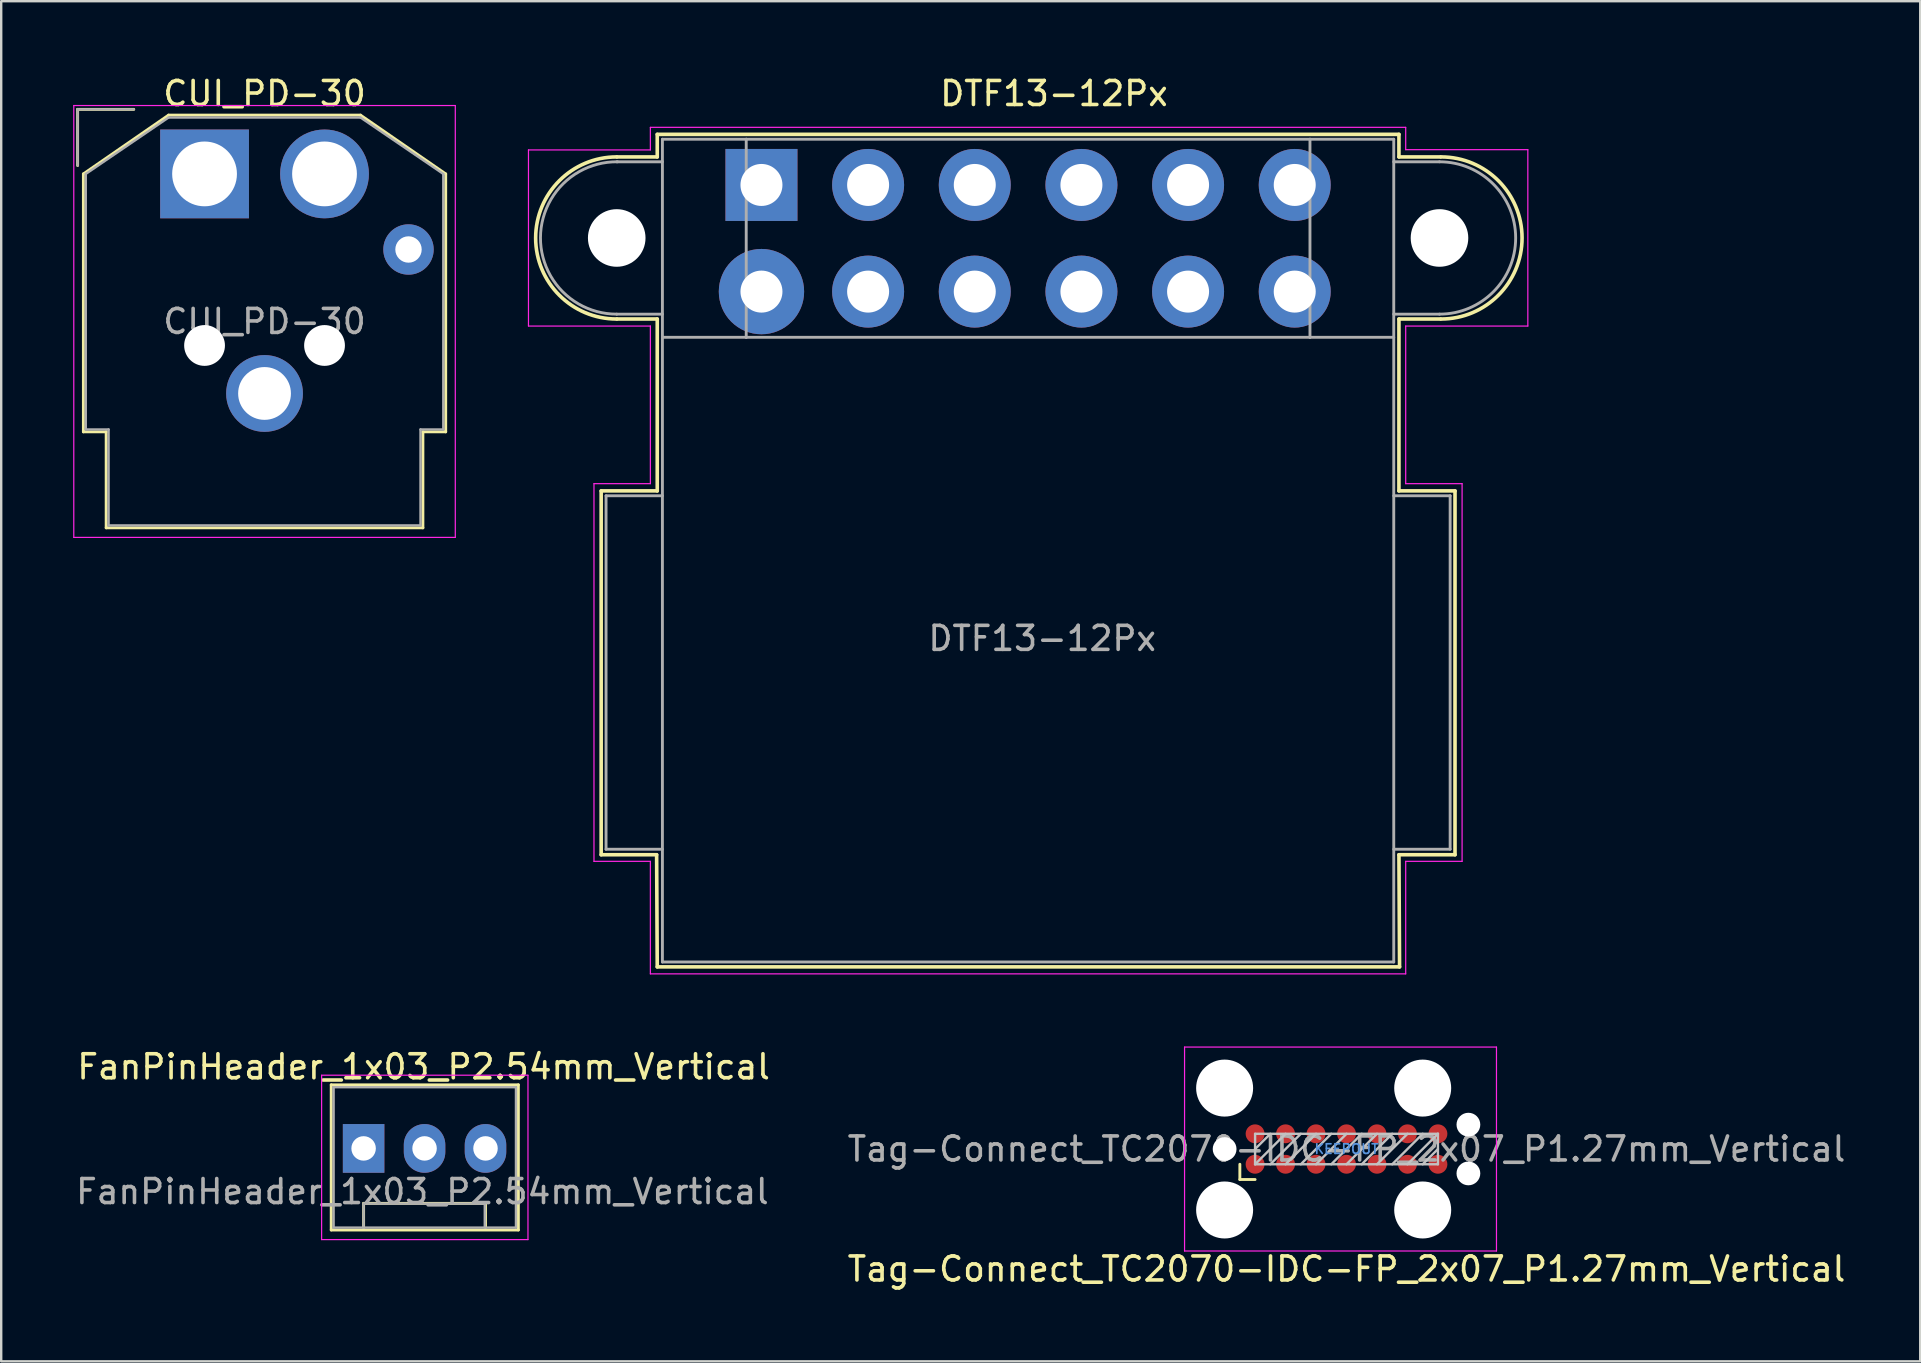
<source format=kicad_pcb>
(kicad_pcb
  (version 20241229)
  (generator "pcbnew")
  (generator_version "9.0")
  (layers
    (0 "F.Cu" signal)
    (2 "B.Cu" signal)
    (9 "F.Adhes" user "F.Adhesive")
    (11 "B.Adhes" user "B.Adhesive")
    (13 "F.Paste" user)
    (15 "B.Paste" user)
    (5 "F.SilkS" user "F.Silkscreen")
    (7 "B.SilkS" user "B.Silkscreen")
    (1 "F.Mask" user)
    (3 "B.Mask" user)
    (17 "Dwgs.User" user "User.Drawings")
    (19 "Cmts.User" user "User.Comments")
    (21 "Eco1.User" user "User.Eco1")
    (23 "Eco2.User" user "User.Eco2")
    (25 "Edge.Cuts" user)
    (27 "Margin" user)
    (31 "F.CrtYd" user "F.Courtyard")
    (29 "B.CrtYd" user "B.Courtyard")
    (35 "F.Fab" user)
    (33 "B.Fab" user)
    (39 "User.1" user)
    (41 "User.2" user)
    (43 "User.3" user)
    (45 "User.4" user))
  (footprint "FanPinHeader_1x03_P2.54mm_Vertical"
    (layer "F.Cu")
    (at 12.104 44.812)
    (property "Reference" "FanPinHeader_1x03_P2.54mm_Vertical" (at 2.5 -3.4 0) (layer "F.SilkS") (effects (font (size 1 1) (thickness 0.15))))
    (attr through_hole)
    (fp_line (start -1.35 -2.65) (end 6.45 -2.65) (stroke (width 0.12) (type solid)) (layer "F.SilkS"))
    (fp_line (start -1.35 3.4) (end -1.35 -2.65) (stroke (width 0.12) (type solid)) (layer "F.SilkS"))
    (fp_line (start 0 2.29) (end 5.08 2.29) (stroke (width 0.12) (type solid)) (layer "F.SilkS"))
    (fp_line (start 0 3.3) (end 0 2.29) (stroke (width 0.12) (type solid)) (layer "F.SilkS"))
    (fp_line (start 5.08 2.29) (end 5.08 3.3) (stroke (width 0.12) (type solid)) (layer "F.SilkS"))
    (fp_line (start 6.45 -2.65) (end 6.45 3.4) (stroke (width 0.12) (type solid)) (layer "F.SilkS"))
    (fp_line (start 6.45 3.4) (end -1.35 3.4) (stroke (width 0.12) (type solid)) (layer "F.SilkS"))
    (fp_line (start -1.75 3.8) (end -1.75 -3.05) (stroke (width 0.05) (type solid)) (layer "F.CrtYd"))
    (fp_line (start -1.75 3.8) (end 6.85 3.8) (stroke (width 0.05) (type solid)) (layer "F.CrtYd"))
    (fp_line (start 6.85 -3.05) (end -1.75 -3.05) (stroke (width 0.05) (type solid)) (layer "F.CrtYd"))
    (fp_line (start 6.85 -3.05) (end 6.85 3.8) (stroke (width 0.05) (type solid)) (layer "F.CrtYd"))
    (fp_line (start -1.25 -2.55) (end 6.35 -2.55) (stroke (width 0.1) (type solid)) (layer "F.Fab"))
    (fp_line (start -1.25 3.3) (end -1.25 -2.55) (stroke (width 0.1) (type solid)) (layer "F.Fab"))
    (fp_line (start 0 2.3) (end 0 3.3) (stroke (width 0.1) (type solid)) (layer "F.Fab"))
    (fp_line (start 5.05 2.3) (end 0 2.3) (stroke (width 0.1) (type solid)) (layer "F.Fab"))
    (fp_line (start 5.05 3.3) (end 5.05 2.3) (stroke (width 0.1) (type solid)) (layer "F.Fab"))
    (fp_line (start 6.35 -2.55) (end 6.35 3.3) (stroke (width 0.1) (type solid)) (layer "F.Fab"))
    (fp_line (start 6.35 3.3) (end -1.25 3.3) (stroke (width 0.1) (type solid)) (layer "F.Fab"))
    (fp_text user "${REFERENCE}" (at 2.45 1.8 0) (layer "F.Fab") (effects (font (size 1 1) (thickness 0.15))))
    (pad "1" thru_hole rect (at 0 0 90) (size 2.03 1.73) (drill 1.02) (layers "*.Cu" "*.Mask"))
    (pad "2" thru_hole oval (at 2.54 0 90) (size 2.03 1.73) (drill 1.02) (layers "*.Cu" "*.Mask"))
    (pad "3" thru_hole oval (at 5.08 0 90) (size 2.03 1.73) (drill 1.02) (layers "*.Cu" "*.Mask")))
  (footprint "CUI_PD-30"
    (layer "F.Cu")
    (at 5.475 4.198)
    (property "Reference" "CUI_PD-30" (at 2.5 -3.35 0) (layer "F.SilkS") (effects (font (size 1 1) (thickness 0.15))))
    (attr through_hole)
    (fp_line (start -5.29 -2.69) (end -2.95 -2.69) (stroke (width 0.12) (type solid)) (layer "F.SilkS"))
    (fp_line (start -5.29 -0.35) (end -5.29 -2.69) (stroke (width 0.12) (type solid)) (layer "F.SilkS"))
    (fp_line (start -5.05 0) (end -1.5 -2.45) (stroke (width 0.12) (type solid)) (layer "F.SilkS"))
    (fp_line (start -5.05 10.75) (end -5.05 0) (stroke (width 0.12) (type solid)) (layer "F.SilkS"))
    (fp_line (start -4.1 10.75) (end -5.05 10.75) (stroke (width 0.12) (type solid)) (layer "F.SilkS"))
    (fp_line (start -4.1 14.75) (end -4.1 10.75) (stroke (width 0.12) (type solid)) (layer "F.SilkS"))
    (fp_line (start -1.5 -2.45) (end 6.5 -2.45) (stroke (width 0.12) (type solid)) (layer "F.SilkS"))
    (fp_line (start 6.5 -2.45) (end 10.05 0) (stroke (width 0.12) (type solid)) (layer "F.SilkS"))
    (fp_line (start 9.1 10.75) (end 9.1 14.75) (stroke (width 0.12) (type solid)) (layer "F.SilkS"))
    (fp_line (start 9.1 14.75) (end -4.1 14.75) (stroke (width 0.12) (type solid)) (layer "F.SilkS"))
    (fp_line (start 10.05 0) (end 10.05 10.75) (stroke (width 0.12) (type solid)) (layer "F.SilkS"))
    (fp_line (start 10.05 10.75) (end 9.1 10.75) (stroke (width 0.12) (type solid)) (layer "F.SilkS"))
    (fp_line (start -5.45 -2.85) (end 10.45 -2.85) (stroke (width 0.05) (type solid)) (layer "F.CrtYd"))
    (fp_line (start -5.45 15.15) (end -5.45 -2.85) (stroke (width 0.05) (type solid)) (layer "F.CrtYd"))
    (fp_line (start 10.45 -2.85) (end 10.45 15.15) (stroke (width 0.05) (type solid)) (layer "F.CrtYd"))
    (fp_line (start 10.45 15.15) (end -5.45 15.15) (stroke (width 0.05) (type solid)) (layer "F.CrtYd"))
    (fp_line (start -5.29 -2.69) (end -2.95 -2.69) (stroke (width 0.1) (type solid)) (layer "F.Fab"))
    (fp_line (start -5.29 -0.35) (end -5.29 -2.69) (stroke (width 0.1) (type solid)) (layer "F.Fab"))
    (fp_line (start -4.95 0) (end -1.5 -2.35) (stroke (width 0.1) (type solid)) (layer "F.Fab"))
    (fp_line (start -4.95 10.65) (end -4.95 0) (stroke (width 0.1) (type solid)) (layer "F.Fab"))
    (fp_line (start -4 10.65) (end -4.95 10.65) (stroke (width 0.1) (type solid)) (layer "F.Fab"))
    (fp_line (start -4 14.65) (end -4 10.65) (stroke (width 0.1) (type solid)) (layer "F.Fab"))
    (fp_line (start -1.5 -2.35) (end 6.5 -2.35) (stroke (width 0.1) (type solid)) (layer "F.Fab"))
    (fp_line (start 6.5 -2.35) (end 9.95 0) (stroke (width 0.1) (type solid)) (layer "F.Fab"))
    (fp_line (start 9 10.65) (end 9 14.65) (stroke (width 0.1) (type solid)) (layer "F.Fab"))
    (fp_line (start 9 14.65) (end -4 14.65) (stroke (width 0.1) (type solid)) (layer "F.Fab"))
    (fp_line (start 9.95 0) (end 9.95 10.65) (stroke (width 0.1) (type solid)) (layer "F.Fab"))
    (fp_line (start 9.95 10.65) (end 9 10.65) (stroke (width 0.1) (type solid)) (layer "F.Fab"))
    (fp_text user "${REFERENCE}" (at 2.5 6.15 0) (layer "F.Fab") (effects (font (size 1 1) (thickness 0.15))))
    (pad "" np_thru_hole circle (at 0 7.15 180) (size 1.7 1.7) (drill 1.7) (layers "*.Cu" "*.Mask"))
    (pad "" np_thru_hole circle (at 5 7.15 180) (size 1.7 1.7) (drill 1.7) (layers "*.Cu" "*.Mask"))
    (pad "1" thru_hole rect (at 0 0 180) (size 3.7 3.7) (drill 2.7) (layers "*.Cu" "*.Mask"))
    (pad "2" thru_hole circle (at 5 0 180) (size 3.7 3.7) (drill 2.7) (layers "*.Cu" "*.Mask"))
    (pad "3" thru_hole circle (at 8.5 3.15 180) (size 2.1 2.1) (drill 1.1) (layers "*.Cu" "*.Mask"))
    (pad "4" thru_hole circle (at 2.5 9.15 180) (size 3.2 3.2) (drill 2.2) (layers "*.Cu" "*.Mask")))
  (footprint "Tag-Connect_TC2070-IDC-FP_2x07_P1.27mm_Vertical"
    (layer "F.Cu")
    (at 53.068 44.838)
    (property "Reference" "Tag-Connect_TC2070-IDC-FP_2x07_P1.27mm_Vertical" (at 0 5 0) (layer "F.SilkS") (effects (font (size 1 1) (thickness 0.15))))
    (attr exclude_from_pos_files exclude_from_bom)
    (fp_line (start -4.445 0.635) (end -4.445 1.27) (stroke (width 0.12) (type solid)) (layer "F.SilkS"))
    (fp_line (start -4.445 1.27) (end -3.81 1.27) (stroke (width 0.12) (type solid)) (layer "F.SilkS"))
    (fp_line (start -3.81 -0.635) (end 3.81 -0.635) (stroke (width 0.1) (type solid)) (layer "Dwgs.User"))
    (fp_line (start -3.81 0) (end -3.175 -0.635) (stroke (width 0.1) (type solid)) (layer "Dwgs.User"))
    (fp_line (start -3.81 0.635) (end -3.81 -0.635) (stroke (width 0.1) (type solid)) (layer "Dwgs.User"))
    (fp_line (start -3.81 0.635) (end -2.54 -0.635) (stroke (width 0.1) (type solid)) (layer "Dwgs.User"))
    (fp_line (start -3.175 0.635) (end -1.905 -0.635) (stroke (width 0.1) (type solid)) (layer "Dwgs.User"))
    (fp_line (start -2.54 0.635) (end -1.27 -0.635) (stroke (width 0.1) (type solid)) (layer "Dwgs.User"))
    (fp_line (start -1.905 0.635) (end -0.635 -0.635) (stroke (width 0.1) (type solid)) (layer "Dwgs.User"))
    (fp_line (start -1.27 0.635) (end 0 -0.635) (stroke (width 0.1) (type solid)) (layer "Dwgs.User"))
    (fp_line (start -0.635 0.635) (end 0.635 -0.635) (stroke (width 0.1) (type solid)) (layer "Dwgs.User"))
    (fp_line (start 0 0.635) (end 1.27 -0.635) (stroke (width 0.1) (type solid)) (layer "Dwgs.User"))
    (fp_line (start 0.635 0.635) (end 1.905 -0.635) (stroke (width 0.1) (type solid)) (layer "Dwgs.User"))
    (fp_line (start 1.27 0.635) (end 2.54 -0.635) (stroke (width 0.1) (type solid)) (layer "Dwgs.User"))
    (fp_line (start 1.905 0.635) (end 3.175 -0.635) (stroke (width 0.1) (type solid)) (layer "Dwgs.User"))
    (fp_line (start 2.54 0.635) (end 3.81 -0.635) (stroke (width 0.1) (type solid)) (layer "Dwgs.User"))
    (fp_line (start 3.175 0.635) (end 3.81 0) (stroke (width 0.1) (type solid)) (layer "Dwgs.User"))
    (fp_line (start 3.81 -0.635) (end 3.81 0.635) (stroke (width 0.1) (type solid)) (layer "Dwgs.User"))
    (fp_line (start 3.81 0.635) (end -3.81 0.635) (stroke (width 0.1) (type solid)) (layer "Dwgs.User"))
    (fp_line (start -6.75 -4.25) (end -6.75 4.25) (stroke (width 0.05) (type solid)) (layer "F.CrtYd"))
    (fp_line (start -6.75 4.25) (end 6.25 4.25) (stroke (width 0.05) (type solid)) (layer "F.CrtYd"))
    (fp_line (start 6.25 -4.25) (end -6.75 -4.25) (stroke (width 0.05) (type solid)) (layer "F.CrtYd"))
    (fp_line (start 6.25 4.25) (end 6.25 -4.25) (stroke (width 0.05) (type solid)) (layer "F.CrtYd"))
    (fp_text user "KEEPOUT" (at 0 0 0) (layer "Cmts.User") (effects (font (size 0.4 0.4) (thickness 0.07))))
    (fp_text user "${REFERENCE}" (at 0 0 0) (layer "F.Fab") (effects (font (size 1 1) (thickness 0.15))))
    (pad "" np_thru_hole circle (at -5.08 -2.54) (size 2.375 2.375) (drill 2.375) (layers "*.Cu" "*.Mask"))
    (pad "" np_thru_hole circle (at -5.08 0) (size 0.991 0.991) (drill 0.991) (layers "*.Cu" "*.Mask"))
    (pad "" np_thru_hole circle (at -5.08 2.54) (size 2.375 2.375) (drill 2.375) (layers "*.Cu" "*.Mask"))
    (pad "" np_thru_hole circle (at 3.175 -2.54) (size 2.375 2.375) (drill 2.375) (layers "*.Cu" "*.Mask"))
    (pad "" np_thru_hole circle (at 3.175 2.54) (size 2.375 2.375) (drill 2.375) (layers "*.Cu" "*.Mask"))
    (pad "" np_thru_hole circle (at 5.08 -1.016) (size 0.991 0.991) (drill 0.991) (layers "*.Cu" "*.Mask"))
    (pad "" np_thru_hole circle (at 5.08 1.016) (size 0.991 0.991) (drill 0.991) (layers "*.Cu" "*.Mask"))
    (pad "1" connect circle (at -3.81 0.635) (size 0.787 0.787) (layers "F.Cu" "F.Mask"))
    (pad "2" connect circle (at -2.54 0.635) (size 0.787 0.787) (layers "F.Cu" "F.Mask"))
    (pad "3" connect circle (at -1.27 0.635) (size 0.787 0.787) (layers "F.Cu" "F.Mask"))
    (pad "4" connect circle (at 0 0.635) (size 0.787 0.787) (layers "F.Cu" "F.Mask"))
    (pad "5" connect circle (at 1.27 0.635) (size 0.787 0.787) (layers "F.Cu" "F.Mask"))
    (pad "6" connect circle (at 2.54 0.635) (size 0.787 0.787) (layers "F.Cu" "F.Mask"))
    (pad "7" connect circle (at 3.81 0.635) (size 0.787 0.787) (layers "F.Cu" "F.Mask"))
    (pad "8" connect circle (at 3.81 -0.635) (size 0.787 0.787) (layers "F.Cu" "F.Mask"))
    (pad "9" connect circle (at 2.54 -0.635) (size 0.787 0.787) (layers "F.Cu" "F.Mask"))
    (pad "10" connect circle (at 1.27 -0.635) (size 0.787 0.787) (layers "F.Cu" "F.Mask"))
    (pad "11" connect circle (at 0 -0.635) (size 0.787 0.787) (layers "F.Cu" "F.Mask"))
    (pad "12" connect circle (at -1.27 -0.635) (size 0.787 0.787) (layers "F.Cu" "F.Mask"))
    (pad "13" connect circle (at -2.54 -0.635) (size 0.787 0.787) (layers "F.Cu" "F.Mask"))
    (pad "14" connect circle (at -3.81 -0.635) (size 0.787 0.787) (layers "F.Cu" "F.Mask")))
  (footprint "DTF13-12Px"
    (layer "F.Cu")
    (at 28.685 4.658)
    (property "Reference" "DTF13-12Px" (at 12.192 -3.81 0) (layer "F.SilkS") (effects (font (size 1 1) (thickness 0.15))))
    (attr through_hole)
    (fp_line (start -6.68 12.751) (end -4.343 12.751) (stroke (width 0.15) (type solid)) (layer "F.SilkS"))
    (fp_line (start -6.68 27.915) (end -6.68 12.751) (stroke (width 0.15) (type solid)) (layer "F.SilkS"))
    (fp_line (start -6.02 -1.168) (end -4.343 -1.168) (stroke (width 0.15) (type solid)) (layer "F.SilkS"))
    (fp_line (start -4.369 27.915) (end -6.68 27.915) (stroke (width 0.15) (type solid)) (layer "F.SilkS"))
    (fp_line (start -4.343 -2.108) (end 26.568 -2.108) (stroke (width 0.15) (type solid)) (layer "F.SilkS"))
    (fp_line (start -4.343 -1.168) (end -4.343 -2.108) (stroke (width 0.15) (type solid)) (layer "F.SilkS"))
    (fp_line (start -4.343 5.588) (end -6.02 5.588) (stroke (width 0.15) (type solid)) (layer "F.SilkS"))
    (fp_line (start -4.343 12.751) (end -4.343 5.588) (stroke (width 0.15) (type solid)) (layer "F.SilkS"))
    (fp_line (start -4.343 32.588) (end -4.369 27.915) (stroke (width 0.15) (type solid)) (layer "F.SilkS"))
    (fp_line (start 26.568 -1.168) (end 26.568 -2.108) (stroke (width 0.15) (type solid)) (layer "F.SilkS"))
    (fp_line (start 26.568 5.588) (end 26.568 12.751) (stroke (width 0.15) (type solid)) (layer "F.SilkS"))
    (fp_line (start 26.568 12.751) (end 28.905 12.751) (stroke (width 0.15) (type solid)) (layer "F.SilkS"))
    (fp_line (start 26.568 27.915) (end 26.594 32.588) (stroke (width 0.15) (type solid)) (layer "F.SilkS"))
    (fp_line (start 26.594 32.588) (end -4.343 32.588) (stroke (width 0.15) (type solid)) (layer "F.SilkS"))
    (fp_line (start 28.296 -1.168) (end 26.568 -1.168) (stroke (width 0.15) (type solid)) (layer "F.SilkS"))
    (fp_line (start 28.296 5.588) (end 26.568 5.588) (stroke (width 0.15) (type solid)) (layer "F.SilkS"))
    (fp_line (start 28.905 27.915) (end 26.568 27.915) (stroke (width 0.15) (type solid)) (layer "F.SilkS"))
    (fp_line (start 28.905 27.915) (end 28.905 12.751) (stroke (width 0.15) (type solid)) (layer "F.SilkS"))
    (fp_arc (start -6.0325 5.588) (mid -9.4107 2.2098) (end -6.0325 -1.1684) (stroke (width 0.15) (type solid)) (layer "F.SilkS"))
    (fp_arc (start 28.321 -1.1684) (mid 31.6992 2.2098) (end 28.321 5.588) (stroke (width 0.15) (type solid)) (layer "F.SilkS"))
    (fp_line (start -9.71 -1.46) (end -4.63 -1.46) (stroke (width 0.05) (type solid)) (layer "F.CrtYd"))
    (fp_line (start -9.71 5.88) (end -9.71 -1.46) (stroke (width 0.05) (type solid)) (layer "F.CrtYd"))
    (fp_line (start -9.71 5.88) (end -4.63 5.88) (stroke (width 0.05) (type solid)) (layer "F.CrtYd"))
    (fp_line (start -6.98 12.45) (end -4.63 12.45) (stroke (width 0.05) (type solid)) (layer "F.CrtYd"))
    (fp_line (start -6.98 28.19) (end -6.98 12.45) (stroke (width 0.05) (type solid)) (layer "F.CrtYd"))
    (fp_line (start -6.98 28.19) (end -4.63 28.19) (stroke (width 0.05) (type solid)) (layer "F.CrtYd"))
    (fp_line (start -4.63 -2.4) (end 26.85 -2.4) (stroke (width 0.05) (type solid)) (layer "F.CrtYd"))
    (fp_line (start -4.63 -1.46) (end -4.63 -2.4) (stroke (width 0.05) (type solid)) (layer "F.CrtYd"))
    (fp_line (start -4.63 12.45) (end -4.63 5.88) (stroke (width 0.05) (type solid)) (layer "F.CrtYd"))
    (fp_line (start -4.63 32.88) (end -4.63 28.19) (stroke (width 0.05) (type solid)) (layer "F.CrtYd"))
    (fp_line (start -4.63 32.88) (end 26.85 32.88) (stroke (width 0.05) (type solid)) (layer "F.CrtYd"))
    (fp_line (start 26.85 -1.47) (end 26.85 -2.4) (stroke (width 0.05) (type solid)) (layer "F.CrtYd"))
    (fp_line (start 26.85 -1.47) (end 31.94 -1.47) (stroke (width 0.05) (type solid)) (layer "F.CrtYd"))
    (fp_line (start 26.85 5.88) (end 26.85 12.45) (stroke (width 0.05) (type solid)) (layer "F.CrtYd"))
    (fp_line (start 26.85 5.88) (end 31.94 5.88) (stroke (width 0.05) (type solid)) (layer "F.CrtYd"))
    (fp_line (start 26.85 12.45) (end 29.2 12.45) (stroke (width 0.05) (type solid)) (layer "F.CrtYd"))
    (fp_line (start 26.85 28.19) (end 26.85 32.88) (stroke (width 0.05) (type solid)) (layer "F.CrtYd"))
    (fp_line (start 26.85 28.19) (end 29.2 28.19) (stroke (width 0.05) (type solid)) (layer "F.CrtYd"))
    (fp_line (start 29.2 12.45) (end 29.2 28.19) (stroke (width 0.05) (type solid)) (layer "F.CrtYd"))
    (fp_line (start 31.94 -1.47) (end 31.94 5.88) (stroke (width 0.05) (type solid)) (layer "F.CrtYd"))
    (fp_line (start -6.477 12.954) (end -6.477 27.686) (stroke (width 0.12) (type solid)) (layer "F.Fab"))
    (fp_line (start -6.477 27.686) (end -4.128 27.686) (stroke (width 0.12) (type solid)) (layer "F.Fab"))
    (fp_line (start -6.032 -0.965) (end -4.128 -0.965) (stroke (width 0.12) (type solid)) (layer "F.Fab"))
    (fp_line (start -6.032 5.385) (end -4.128 5.385) (stroke (width 0.12) (type solid)) (layer "F.Fab"))
    (fp_line (start -4.128 -1.905) (end -4.128 32.385) (stroke (width 0.12) (type solid)) (layer "F.Fab"))
    (fp_line (start -4.128 12.954) (end -6.477 12.954) (stroke (width 0.12) (type solid)) (layer "F.Fab"))
    (fp_line (start -0.635 -1.905) (end -4.128 -1.905) (stroke (width 0.12) (type solid)) (layer "F.Fab"))
    (fp_line (start -0.635 -1.905) (end -0.635 6.35) (stroke (width 0.12) (type solid)) (layer "F.Fab"))
    (fp_line (start -0.635 -1.905) (end 22.86 -1.905) (stroke (width 0.12) (type solid)) (layer "F.Fab"))
    (fp_line (start -0.635 6.35) (end -4.128 6.35) (stroke (width 0.12) (type solid)) (layer "F.Fab"))
    (fp_line (start -0.635 6.35) (end 22.86 6.35) (stroke (width 0.12) (type solid)) (layer "F.Fab"))
    (fp_line (start 22.86 -1.905) (end 22.86 6.35) (stroke (width 0.12) (type solid)) (layer "F.Fab"))
    (fp_line (start 22.86 -1.905) (end 26.352 -1.905) (stroke (width 0.12) (type solid)) (layer "F.Fab"))
    (fp_line (start 22.86 6.35) (end 26.352 6.35) (stroke (width 0.12) (type solid)) (layer "F.Fab"))
    (fp_line (start 26.352 -1.905) (end 26.352 32.385) (stroke (width 0.12) (type solid)) (layer "F.Fab"))
    (fp_line (start 26.352 12.954) (end 28.702 12.954) (stroke (width 0.12) (type solid)) (layer "F.Fab"))
    (fp_line (start 26.352 32.385) (end -4.128 32.385) (stroke (width 0.12) (type solid)) (layer "F.Fab"))
    (fp_line (start 28.258 -0.965) (end 26.352 -0.965) (stroke (width 0.12) (type solid)) (layer "F.Fab"))
    (fp_line (start 28.258 5.385) (end 26.352 5.385) (stroke (width 0.12) (type solid)) (layer "F.Fab"))
    (fp_line (start 28.702 12.954) (end 28.702 27.686) (stroke (width 0.12) (type solid)) (layer "F.Fab"))
    (fp_line (start 28.702 27.686) (end 26.352 27.686) (stroke (width 0.12) (type solid)) (layer "F.Fab"))
    (fp_arc (start -6.0325 5.3848) (mid -9.207456 2.193176) (end -5.999252 -0.965026) (stroke (width 0.12) (type solid)) (layer "F.Fab"))
    (fp_arc (start 28.2575 -0.9652) (mid 31.4325 2.2098) (end 28.2575 5.3848) (stroke (width 0.12) (type solid)) (layer "F.Fab"))
    (fp_text user "${REFERENCE}" (at 11.7 18.9 0) (layer "F.Fab") (effects (font (size 1 1) (thickness 0.15))))
    (pad "" np_thru_hole circle (at -6.032 2.21) (size 2.4 2.4) (drill 2.4) (layers "*.Cu" "*.Mask"))
    (pad "" np_thru_hole circle (at 28.258 2.21) (size 2.4 2.4) (drill 2.4) (layers "*.Cu" "*.Mask"))
    (pad "1" thru_hole rect (at 0 0) (size 3 3) (drill 1.75) (layers "*.Cu" "*.Mask"))
    (pad "2" thru_hole circle (at 4.445 0) (size 3 3) (drill 1.75) (layers "*.Cu" "*.Mask"))
    (pad "3" thru_hole circle (at 8.89 0) (size 3 3) (drill 1.75) (layers "*.Cu" "*.Mask"))
    (pad "4" thru_hole circle (at 13.335 0) (size 3 3) (drill 1.75) (layers "*.Cu" "*.Mask"))
    (pad "5" thru_hole circle (at 17.78 0) (size 3 3) (drill 1.75) (layers "*.Cu" "*.Mask"))
    (pad "6" thru_hole circle (at 22.225 0) (size 3 3) (drill 1.75) (layers "*.Cu" "*.Mask"))
    (pad "7" thru_hole circle (at 22.225 4.445) (size 3 3) (drill 1.75) (layers "*.Cu" "*.Mask"))
    (pad "8" thru_hole circle (at 17.78 4.445) (size 3 3) (drill 1.75) (layers "*.Cu" "*.Mask"))
    (pad "9" thru_hole circle (at 13.335 4.445) (size 3 3) (drill 1.75) (layers "*.Cu" "*.Mask"))
    (pad "10" thru_hole circle (at 8.89 4.445) (size 3 3) (drill 1.75) (layers "*.Cu" "*.Mask"))
    (pad "11" thru_hole circle (at 4.445 4.445) (size 3 3) (drill 1.75) (layers "*.Cu" "*.Mask"))
    (pad "12" thru_hole circle (at 0 4.445) (size 3.556 3.556) (drill 1.75) (layers "*.Cu" "*.Mask")))
  (gr_rect
    (start -3 -3)
    (end 76.979 53.687)
    (stroke (width 0.1) (type default))
    (fill no)
    (layer "Edge.Cuts")))
</source>
